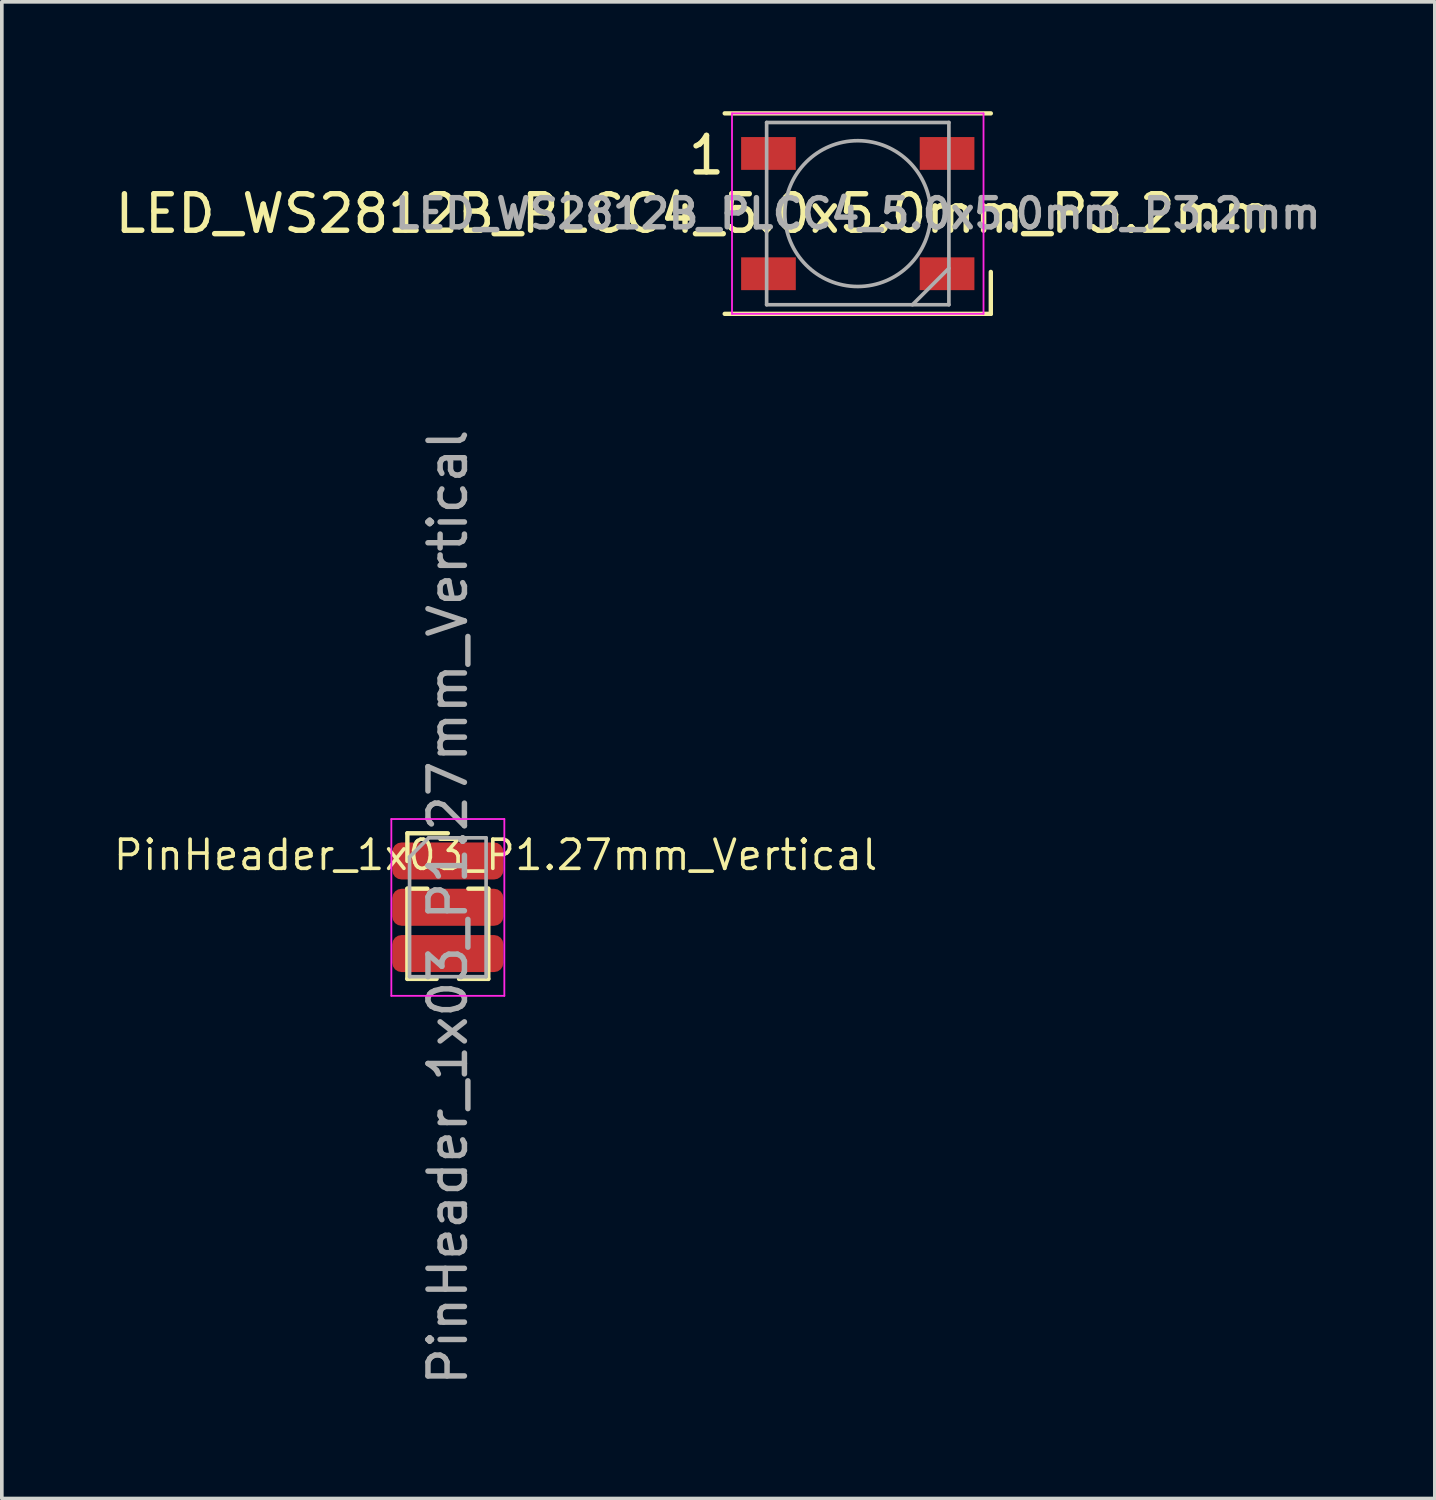
<source format=kicad_pcb>
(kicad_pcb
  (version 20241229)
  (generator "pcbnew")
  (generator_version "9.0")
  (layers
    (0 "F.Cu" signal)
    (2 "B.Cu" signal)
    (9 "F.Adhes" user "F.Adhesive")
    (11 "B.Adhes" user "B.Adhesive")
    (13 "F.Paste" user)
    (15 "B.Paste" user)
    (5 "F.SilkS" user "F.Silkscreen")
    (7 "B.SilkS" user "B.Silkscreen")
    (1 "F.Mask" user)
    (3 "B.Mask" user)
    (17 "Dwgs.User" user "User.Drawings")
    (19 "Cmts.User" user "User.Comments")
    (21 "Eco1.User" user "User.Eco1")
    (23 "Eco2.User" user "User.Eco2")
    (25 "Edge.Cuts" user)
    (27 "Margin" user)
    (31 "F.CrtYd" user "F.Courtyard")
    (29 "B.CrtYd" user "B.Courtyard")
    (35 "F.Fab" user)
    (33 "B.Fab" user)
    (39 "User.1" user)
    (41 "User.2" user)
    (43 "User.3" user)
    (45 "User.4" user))
  (footprint "LED_WS2812B_PLCC4_5.0x5.0mm_P3.2mm"
    (layer "F.Cu")
    (at 20.482 2.81)
    (property "Reference" "LED_WS2812B_PLCC4_5.0x5.0mm_P3.2mm" (at -4.5 0 0) (layer "F.SilkS") (effects (font (size 1 1) (thickness 0.15))))
    (attr smd)
    (fp_line (start -3.65 -2.75) (end 3.65 -2.75) (stroke (width 0.12) (type solid)) (layer "F.SilkS"))
    (fp_line (start -3.65 2.75) (end 3.65 2.75) (stroke (width 0.12) (type solid)) (layer "F.SilkS"))
    (fp_line (start 3.65 2.75) (end 3.65 1.6) (stroke (width 0.12) (type solid)) (layer "F.SilkS"))
    (fp_line (start -3.45 -2.75) (end -3.45 2.75) (stroke (width 0.05) (type solid)) (layer "F.CrtYd"))
    (fp_line (start -3.45 2.75) (end 3.45 2.75) (stroke (width 0.05) (type solid)) (layer "F.CrtYd"))
    (fp_line (start 3.45 -2.75) (end -3.45 -2.75) (stroke (width 0.05) (type solid)) (layer "F.CrtYd"))
    (fp_line (start 3.45 2.75) (end 3.45 -2.75) (stroke (width 0.05) (type solid)) (layer "F.CrtYd"))
    (fp_line (start -2.5 -2.5) (end -2.5 2.5) (stroke (width 0.1) (type solid)) (layer "F.Fab"))
    (fp_line (start -2.5 2.5) (end 2.5 2.5) (stroke (width 0.1) (type solid)) (layer "F.Fab"))
    (fp_line (start 2.5 -2.5) (end -2.5 -2.5) (stroke (width 0.1) (type solid)) (layer "F.Fab"))
    (fp_line (start 2.5 1.5) (end 1.5 2.5) (stroke (width 0.1) (type solid)) (layer "F.Fab"))
    (fp_line (start 2.5 2.5) (end 2.5 -2.5) (stroke (width 0.1) (type solid)) (layer "F.Fab"))
    (fp_circle (center 0 0) (end 0 -2) (stroke (width 0.1) (type solid)) (fill no) (layer "F.Fab"))
    (fp_text user "1" (at -4.15 -1.6 0) (layer "F.SilkS") (effects (font (size 1 1) (thickness 0.15))))
    (fp_text user "${REFERENCE}" (at 0 0 0) (layer "F.Fab") (effects (font (size 0.8 0.8) (thickness 0.15))))
    (pad "1" smd rect (at -2.45 -1.65) (size 1.5 0.9) (layers "F.Cu" "F.Mask" "F.Paste"))
    (pad "2" smd rect (at -2.45 1.65) (size 1.5 0.9) (layers "F.Cu" "F.Mask" "F.Paste"))
    (pad "3" smd rect (at 2.45 1.65) (size 1.5 0.9) (layers "F.Cu" "F.Mask" "F.Paste"))
    (pad "4" smd rect (at 2.45 -1.65) (size 1.5 0.9) (layers "F.Cu" "F.Mask" "F.Paste")))
  (footprint "PinHeader_1x03_P1.27mm_Vertical"
    (layer "F.Cu")
    (at 9.236 20.57)
    (property "Reference" "PinHeader_1x03_P1.27mm_Vertical" (at 1.31 -0.163 180) (layer "F.SilkS") (effects (font (size 0.8 0.8) (thickness 0.1))))
    (attr through_hole)
    (fp_line (start -1.11 -0.76) (end 0 -0.76) (stroke (width 0.12) (type solid)) (layer "F.SilkS"))
    (fp_line (start -1.11 0) (end -1.11 -0.76) (stroke (width 0.12) (type solid)) (layer "F.SilkS"))
    (fp_line (start -1.11 0.76) (end -1.11 3.235) (stroke (width 0.12) (type solid)) (layer "F.SilkS"))
    (fp_line (start -1.11 0.76) (end -0.563 0.76) (stroke (width 0.12) (type solid)) (layer "F.SilkS"))
    (fp_line (start -1.11 3.235) (end -0.308 3.235) (stroke (width 0.12) (type solid)) (layer "F.SilkS"))
    (fp_line (start 0.308 3.235) (end 1.11 3.235) (stroke (width 0.12) (type solid)) (layer "F.SilkS"))
    (fp_line (start 0.563 0.76) (end 1.11 0.76) (stroke (width 0.12) (type solid)) (layer "F.SilkS"))
    (fp_line (start 1.11 0.76) (end 1.11 3.235) (stroke (width 0.12) (type solid)) (layer "F.SilkS"))
    (fp_line (start -1.55 -1.15) (end -1.55 3.7) (stroke (width 0.05) (type solid)) (layer "F.CrtYd"))
    (fp_line (start -1.55 3.7) (end 1.55 3.7) (stroke (width 0.05) (type solid)) (layer "F.CrtYd"))
    (fp_line (start 1.55 -1.15) (end -1.55 -1.15) (stroke (width 0.05) (type solid)) (layer "F.CrtYd"))
    (fp_line (start 1.55 3.7) (end 1.55 -1.15) (stroke (width 0.05) (type solid)) (layer "F.CrtYd"))
    (fp_line (start -1.05 -0.11) (end -0.525 -0.635) (stroke (width 0.1) (type solid)) (layer "F.Fab"))
    (fp_line (start -1.05 3.175) (end -1.05 -0.11) (stroke (width 0.1) (type solid)) (layer "F.Fab"))
    (fp_line (start -0.525 -0.635) (end 1.05 -0.635) (stroke (width 0.1) (type solid)) (layer "F.Fab"))
    (fp_line (start 1.05 -0.635) (end 1.05 3.175) (stroke (width 0.1) (type solid)) (layer "F.Fab"))
    (fp_line (start 1.05 3.175) (end -1.05 3.175) (stroke (width 0.1) (type solid)) (layer "F.Fab"))
    (fp_text user "${REFERENCE}" (at 0 1.27 270) (layer "F.Fab") (effects (font (size 1 1) (thickness 0.15))))
    (pad "1" smd roundrect (at 0 0) (size 3.048 1.016) (layers "F.Cu" "F.Mask" "F.Paste") (roundrect_rratio 0.25))
    (pad "2" smd roundrect (at 0 1.27) (size 3.048 1.016) (layers "F.Cu" "F.Mask" "F.Paste") (roundrect_rratio 0.25))
    (pad "3" smd roundrect (at 0 2.54) (size 3.048 1.016) (layers "F.Cu" "F.Mask" "F.Paste") (roundrect_rratio 0.25)))
  (gr_rect
    (start -3 -3)
    (end 36.313 38.06)
    (stroke (width 0.1) (type default))
    (fill no)
    (layer "Edge.Cuts")))
</source>
